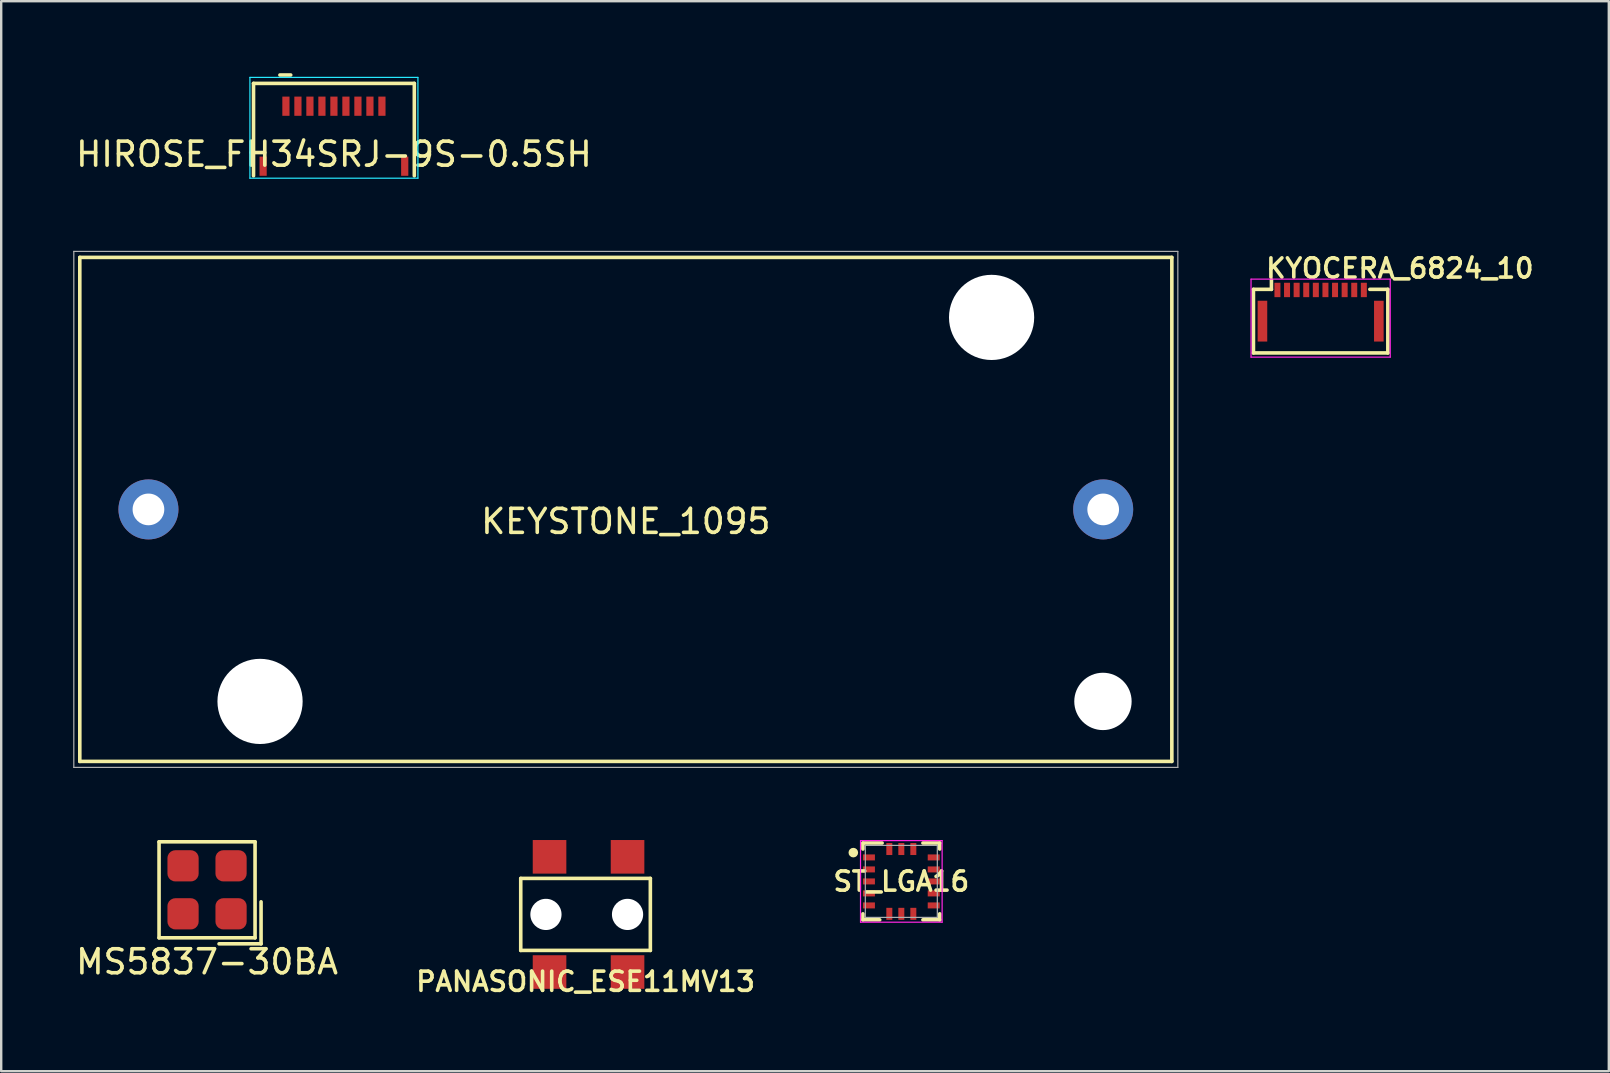
<source format=kicad_pcb>
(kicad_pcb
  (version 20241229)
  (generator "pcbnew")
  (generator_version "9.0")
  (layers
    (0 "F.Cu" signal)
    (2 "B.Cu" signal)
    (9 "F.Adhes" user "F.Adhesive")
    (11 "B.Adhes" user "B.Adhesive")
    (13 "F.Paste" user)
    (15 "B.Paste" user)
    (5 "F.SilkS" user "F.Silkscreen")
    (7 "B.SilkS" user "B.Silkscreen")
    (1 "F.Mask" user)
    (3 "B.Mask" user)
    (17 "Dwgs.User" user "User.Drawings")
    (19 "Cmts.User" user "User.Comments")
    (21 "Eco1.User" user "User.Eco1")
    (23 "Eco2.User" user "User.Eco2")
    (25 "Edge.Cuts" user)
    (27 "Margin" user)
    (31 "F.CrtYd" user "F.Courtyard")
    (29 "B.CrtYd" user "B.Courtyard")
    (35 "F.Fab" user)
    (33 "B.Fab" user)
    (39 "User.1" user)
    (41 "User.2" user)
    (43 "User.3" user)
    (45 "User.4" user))
  (footprint "KEYSTONE_1095"
    (layer "F.Cu")
    (at 23.025 18.175)
    (property "Reference" "KEYSTONE_1095" (at 0 0.5 0) (layer "F.SilkS") (effects (font (size 1 1) (thickness 0.15))))
    (attr through_hole)
    (fp_line (start -22.75 -10.5) (end -22.75 10.5) (stroke (width 0.15) (type solid)) (layer "F.SilkS"))
    (fp_line (start -22.75 10.5) (end 22.75 10.5) (stroke (width 0.15) (type solid)) (layer "F.SilkS"))
    (fp_line (start 22.75 -10.5) (end -22.75 -10.5) (stroke (width 0.15) (type solid)) (layer "F.SilkS"))
    (fp_line (start 22.75 10.5) (end 22.75 -10.5) (stroke (width 0.15) (type solid)) (layer "F.SilkS"))
    (fp_line (start -23 -10.75) (end -23 10.75) (stroke (width 0.05) (type solid)) (layer "F.Fab"))
    (fp_line (start -23 10.75) (end 23 10.75) (stroke (width 0.05) (type solid)) (layer "F.Fab"))
    (fp_line (start 23 -10.75) (end -23 -10.75) (stroke (width 0.05) (type solid)) (layer "F.Fab"))
    (fp_line (start 23 10.75) (end 23 -10.75) (stroke (width 0.05) (type solid)) (layer "F.Fab"))
    (pad "" np_thru_hole circle (at -15.24 8) (size 3.55 3.55) (drill 3.55) (layers "*.Cu" "*.Mask"))
    (pad "" np_thru_hole circle (at 15.24 -8) (size 3.55 3.55) (drill 3.55) (layers "*.Cu" "*.Mask"))
    (pad "" np_thru_hole circle (at 19.88 8) (size 2.39 2.39) (drill 2.39) (layers "*.Cu" "*.Mask"))
    (pad "1" thru_hole circle (at 19.89 0) (size 2.5 2.5) (drill 1.32) (layers "*.Cu" "*.Mask"))
    (pad "2" thru_hole circle (at -19.89 0) (size 2.5 2.5) (drill 1.32) (layers "*.Cu" "*.Mask")))
  (footprint "HIROSE_FH34SRJ-9S-0.5SH"
    (layer "F.Cu")
    (at 10.863 2.875)
    (property "Reference" "HIROSE_FH34SRJ-9S-0.5SH" (at 0 0.5 0) (layer "F.SilkS") (effects (font (size 1 1) (thickness 0.15))))
    (attr smd)
    (fp_line (start -3.35 -2.45) (end 3.35 -2.45) (stroke (width 0.15) (type solid)) (layer "F.SilkS"))
    (fp_line (start -3.35 1.4) (end -3.35 -2.45) (stroke (width 0.15) (type solid)) (layer "F.SilkS"))
    (fp_line (start -2.25 -2.8) (end -1.8 -2.8) (stroke (width 0.15) (type solid)) (layer "F.SilkS"))
    (fp_line (start 3.35 -2.45) (end 3.35 1.4) (stroke (width 0.15) (type solid)) (layer "F.SilkS"))
    (fp_line (start -3.5 -2.7) (end 3.5 -2.7) (stroke (width 0.05) (type solid)) (layer "B.CrtYd"))
    (fp_line (start -3.5 1.5) (end -3.5 -2.7) (stroke (width 0.05) (type solid)) (layer "B.CrtYd"))
    (fp_line (start 3.5 -2.7) (end 3.5 1.5) (stroke (width 0.05) (type solid)) (layer "B.CrtYd"))
    (fp_line (start 3.5 1.5) (end -3.5 1.5) (stroke (width 0.05) (type solid)) (layer "B.CrtYd"))
    (pad "" smd rect (at -2.95 1) (size 0.3 0.8) (layers "F.Cu" "F.Mask" "F.Paste"))
    (pad "" smd rect (at 2.95 1) (size 0.3 0.8) (layers "F.Cu" "F.Mask" "F.Paste"))
    (pad "1" smd rect (at -2 -1.5) (size 0.3 0.8) (layers "F.Cu" "F.Mask" "F.Paste"))
    (pad "2" smd rect (at -1.5 -1.5) (size 0.3 0.8) (layers "F.Cu" "F.Mask" "F.Paste"))
    (pad "3" smd rect (at -1 -1.5) (size 0.3 0.8) (layers "F.Cu" "F.Mask" "F.Paste"))
    (pad "4" smd rect (at -0.5 -1.5) (size 0.3 0.8) (layers "F.Cu" "F.Mask" "F.Paste"))
    (pad "5" smd rect (at 0 -1.5) (size 0.3 0.8) (layers "F.Cu" "F.Mask" "F.Paste"))
    (pad "6" smd rect (at 0.5 -1.5) (size 0.3 0.8) (layers "F.Cu" "F.Mask" "F.Paste"))
    (pad "7" smd rect (at 1 -1.5) (size 0.3 0.8) (layers "F.Cu" "F.Mask" "F.Paste"))
    (pad "8" smd rect (at 1.5 -1.5) (size 0.3 0.8) (layers "F.Cu" "F.Mask" "F.Paste"))
    (pad "9" smd rect (at 2 -1.5) (size 0.3 0.8) (layers "F.Cu" "F.Mask" "F.Paste")))
  (footprint "PANASONIC_ESE11MV13"
    (layer "F.Cu")
    (at 21.347 35.05)
    (property "Reference" "PANASONIC_ESE11MV13" (at 0 2.8 0) (layer "F.SilkS") (effects (font (size 0.8 0.8) (thickness 0.15))))
    (attr through_hole)
    (fp_line (start -2.7 -1.5) (end -2.7 1.5) (stroke (width 0.15) (type solid)) (layer "F.SilkS"))
    (fp_line (start -2.7 1.5) (end 2.7 1.5) (stroke (width 0.15) (type solid)) (layer "F.SilkS"))
    (fp_line (start 2.7 -1.5) (end -2.7 -1.5) (stroke (width 0.15) (type solid)) (layer "F.SilkS"))
    (fp_line (start 2.7 1.5) (end 2.7 -1.5) (stroke (width 0.15) (type solid)) (layer "F.SilkS"))
    (pad "" np_thru_hole circle (at -1.65 0) (size 1.3 1.3) (drill 1.3) (layers "*.Cu" "*.Mask"))
    (pad "" np_thru_hole circle (at 1.75 0) (size 1.3 1.3) (drill 1.3) (layers "*.Cu" "*.Mask"))
    (pad "1" smd rect (at -1.5 -2.4) (size 1.4 1.4) (layers "F.Cu" "F.Mask" "F.Paste"))
    (pad "1" smd rect (at -1.5 2.4) (size 1.4 1.4) (layers "F.Cu" "F.Mask" "F.Paste"))
    (pad "2" smd rect (at 1.75 -2.4) (size 1.4 1.4) (layers "F.Cu" "F.Mask" "F.Paste"))
    (pad "2" smd rect (at 1.75 2.4) (size 1.4 1.4) (layers "F.Cu" "F.Mask" "F.Paste")))
  (footprint "KYOCERA_6824_10"
    (layer "F.Cu")
    (at 51.975 10.331)
    (property "Reference" "KYOCERA_6824_10" (at 3.3 -2.2 180) (layer "F.SilkS") (effects (font (size 0.8 0.8) (thickness 0.15))))
    (attr smd)
    (fp_line (start -2.8 -1.325) (end -2.05 -1.325) (stroke (width 0.15) (type solid)) (layer "F.SilkS"))
    (fp_line (start -2.8 1.325) (end -2.8 -1.325) (stroke (width 0.15) (type solid)) (layer "F.SilkS"))
    (fp_line (start -2.05 -1.325) (end -2.05 -1.725) (stroke (width 0.15) (type solid)) (layer "F.SilkS"))
    (fp_line (start 2.8 -1.325) (end 2.05 -1.325) (stroke (width 0.15) (type solid)) (layer "F.SilkS"))
    (fp_line (start 2.8 -1.325) (end 2.8 1.325) (stroke (width 0.15) (type solid)) (layer "F.SilkS"))
    (fp_line (start 2.8 1.325) (end -2.8 1.325) (stroke (width 0.15) (type solid)) (layer "F.SilkS"))
    (fp_line (start -2.9 -1.75) (end 2.9 -1.75) (stroke (width 0.05) (type solid)) (layer "F.CrtYd"))
    (fp_line (start -2.9 1.5) (end -2.9 -1.75) (stroke (width 0.05) (type solid)) (layer "F.CrtYd"))
    (fp_line (start 2.9 -1.75) (end 2.9 1.5) (stroke (width 0.05) (type solid)) (layer "F.CrtYd"))
    (fp_line (start 2.9 1.5) (end -2.9 1.5) (stroke (width 0.05) (type solid)) (layer "F.CrtYd"))
    (pad "" smd rect (at -2.425 0) (size 0.4 1.7) (layers "F.Cu" "F.Mask" "F.Paste"))
    (pad "" smd rect (at 2.425 0) (size 0.4 1.7) (layers "F.Cu" "F.Mask" "F.Paste"))
    (pad "1" smd rect (at -1.8 -1.3) (size 0.25 0.6) (layers "F.Cu" "F.Mask" "F.Paste"))
    (pad "2" smd rect (at -1.4 -1.3) (size 0.25 0.6) (layers "F.Cu" "F.Mask" "F.Paste"))
    (pad "3" smd rect (at -1 -1.3) (size 0.25 0.6) (layers "F.Cu" "F.Mask" "F.Paste"))
    (pad "4" smd rect (at -0.6 -1.3) (size 0.25 0.6) (layers "F.Cu" "F.Mask" "F.Paste"))
    (pad "5" smd rect (at -0.2 -1.3) (size 0.25 0.6) (layers "F.Cu" "F.Mask" "F.Paste"))
    (pad "6" smd rect (at 0.2 -1.3) (size 0.25 0.6) (layers "F.Cu" "F.Mask" "F.Paste"))
    (pad "7" smd rect (at 0.6 -1.3) (size 0.25 0.6) (layers "F.Cu" "F.Mask" "F.Paste"))
    (pad "8" smd rect (at 1 -1.3) (size 0.25 0.6) (layers "F.Cu" "F.Mask" "F.Paste"))
    (pad "9" smd rect (at 1.4 -1.3) (size 0.25 0.6) (layers "F.Cu" "F.Mask" "F.Paste"))
    (pad "10" smd rect (at 1.8 -1.3) (size 0.25 0.6) (layers "F.Cu" "F.Mask" "F.Paste")))
  (footprint "ST_LGA16"
    (layer "F.Cu")
    (at 34.504 33.675)
    (property "Reference" "ST_LGA16" (at 0 0 0) (layer "F.SilkS") (effects (font (size 0.8 0.8) (thickness 0.15))))
    (attr smd)
    (fp_line (start -1.6 -1.6) (end -1.6 -1.35) (stroke (width 0.15) (type solid)) (layer "F.SilkS"))
    (fp_line (start -1.6 1.6) (end -1.6 1.35) (stroke (width 0.15) (type solid)) (layer "F.SilkS"))
    (fp_line (start -0.9 1.6) (end -1.6 1.6) (stroke (width 0.15) (type solid)) (layer "F.SilkS"))
    (fp_line (start -0.8 -1.6) (end -1.6 -1.6) (stroke (width 0.15) (type solid)) (layer "F.SilkS"))
    (fp_line (start 0.9 -1.6) (end 1.6 -1.6) (stroke (width 0.15) (type solid)) (layer "F.SilkS"))
    (fp_line (start 1.6 -1.6) (end 1.6 -1.35) (stroke (width 0.15) (type solid)) (layer "F.SilkS"))
    (fp_line (start 1.6 1.35) (end 1.6 1.6) (stroke (width 0.15) (type solid)) (layer "F.SilkS"))
    (fp_line (start 1.6 1.6) (end 0.9 1.6) (stroke (width 0.15) (type solid)) (layer "F.SilkS"))
    (fp_circle (center -2 -1.2) (end -1.9 -1.2) (stroke (width 0.2) (type solid)) (fill no) (layer "F.SilkS"))
    (fp_line (start -1.7 -1.7) (end 1.7 -1.7) (stroke (width 0.05) (type solid)) (layer "F.CrtYd"))
    (fp_line (start -1.7 1.7) (end -1.7 -1.7) (stroke (width 0.05) (type solid)) (layer "F.CrtYd"))
    (fp_line (start 1.7 -1.7) (end 1.7 1.7) (stroke (width 0.05) (type solid)) (layer "F.CrtYd"))
    (fp_line (start 1.7 1.7) (end -1.7 1.7) (stroke (width 0.05) (type solid)) (layer "F.CrtYd"))
    (fp_line (start -1.5 -1.5) (end 1.5 -1.5) (stroke (width 0.05) (type solid)) (layer "F.Fab"))
    (fp_line (start -1.5 1.5) (end -1.5 -1.5) (stroke (width 0.05) (type solid)) (layer "F.Fab"))
    (fp_line (start 1.5 -1.5) (end 1.5 1.5) (stroke (width 0.05) (type solid)) (layer "F.Fab"))
    (fp_line (start 1.5 1.5) (end -1.5 1.5) (stroke (width 0.05) (type solid)) (layer "F.Fab"))
    (pad "1" smd rect (at -1.35 -1) (size 0.5 0.25) (layers "F.Cu" "F.Mask" "F.Paste"))
    (pad "2" smd rect (at -1.35 -0.5) (size 0.5 0.25) (layers "F.Cu" "F.Mask" "F.Paste"))
    (pad "3" smd rect (at -1.35 0) (size 0.5 0.25) (layers "F.Cu" "F.Mask" "F.Paste"))
    (pad "4" smd rect (at -1.35 0.5) (size 0.5 0.25) (layers "F.Cu" "F.Mask" "F.Paste"))
    (pad "5" smd rect (at -1.35 1) (size 0.5 0.25) (layers "F.Cu" "F.Mask" "F.Paste"))
    (pad "6" smd rect (at -0.5 1.35 90) (size 0.5 0.25) (layers "F.Cu" "F.Mask" "F.Paste"))
    (pad "7" smd rect (at 0 1.35 90) (size 0.5 0.25) (layers "F.Cu" "F.Mask" "F.Paste"))
    (pad "8" smd rect (at 0.5 1.35 90) (size 0.5 0.25) (layers "F.Cu" "F.Mask" "F.Paste"))
    (pad "9" smd rect (at 1.35 1 180) (size 0.5 0.25) (layers "F.Cu" "F.Mask" "F.Paste"))
    (pad "10" smd rect (at 1.35 0.5 180) (size 0.5 0.25) (layers "F.Cu" "F.Mask" "F.Paste"))
    (pad "11" smd rect (at 1.35 0 180) (size 0.5 0.25) (layers "F.Cu" "F.Mask" "F.Paste"))
    (pad "12" smd rect (at 1.35 -0.5 180) (size 0.5 0.25) (layers "F.Cu" "F.Mask" "F.Paste"))
    (pad "13" smd rect (at 1.35 -1 180) (size 0.5 0.25) (layers "F.Cu" "F.Mask" "F.Paste"))
    (pad "14" smd rect (at 0.5 -1.35 270) (size 0.5 0.25) (layers "F.Cu" "F.Mask" "F.Paste"))
    (pad "15" smd rect (at 0 -1.35 270) (size 0.5 0.25) (layers "F.Cu" "F.Mask" "F.Paste"))
    (pad "16" smd rect (at -0.5 -1.35 270) (size 0.5 0.25) (layers "F.Cu" "F.Mask" "F.Paste")))
  (footprint "MS5837-30BA"
    (layer "F.Cu")
    (at 5.577 34.025)
    (property "Reference" "MS5837-30BA" (at 0 3 0) (layer "F.SilkS") (effects (font (size 1 1) (thickness 0.15))))
    (attr through_hole)
    (fp_line (start -2 -2) (end -2 2) (stroke (width 0.15) (type solid)) (layer "F.SilkS"))
    (fp_line (start -2 -2) (end 2 -2) (stroke (width 0.15) (type solid)) (layer "F.SilkS"))
    (fp_line (start 0.5 2.25) (end 2.25 2.25) (stroke (width 0.15) (type solid)) (layer "F.SilkS"))
    (fp_line (start 2 2) (end -2 2) (stroke (width 0.15) (type solid)) (layer "F.SilkS"))
    (fp_line (start 2 2) (end 2 -2) (stroke (width 0.15) (type solid)) (layer "F.SilkS"))
    (fp_line (start 2.25 2.25) (end 2.25 0.5) (stroke (width 0.15) (type solid)) (layer "F.SilkS"))
    (pad "1" smd roundrect (at 1 1) (size 1.3 1.3) (layers "F.Cu" "F.Mask" "F.Paste") (roundrect_rratio 0.25))
    (pad "2" smd roundrect (at 1 -1) (size 1.3 1.3) (layers "F.Cu" "F.Mask" "F.Paste") (roundrect_rratio 0.25))
    (pad "3" smd roundrect (at -1 -1) (size 1.3 1.3) (layers "F.Cu" "F.Mask" "F.Paste") (roundrect_rratio 0.25))
    (pad "4" smd roundrect (at -1 1) (size 1.3 1.3) (layers "F.Cu" "F.Mask" "F.Paste") (roundrect_rratio 0.25)))
  (gr_rect
    (start -3 -3)
    (end 63.982 41.581)
    (stroke (width 0.1) (type default))
    (fill no)
    (layer "Edge.Cuts")))
</source>
